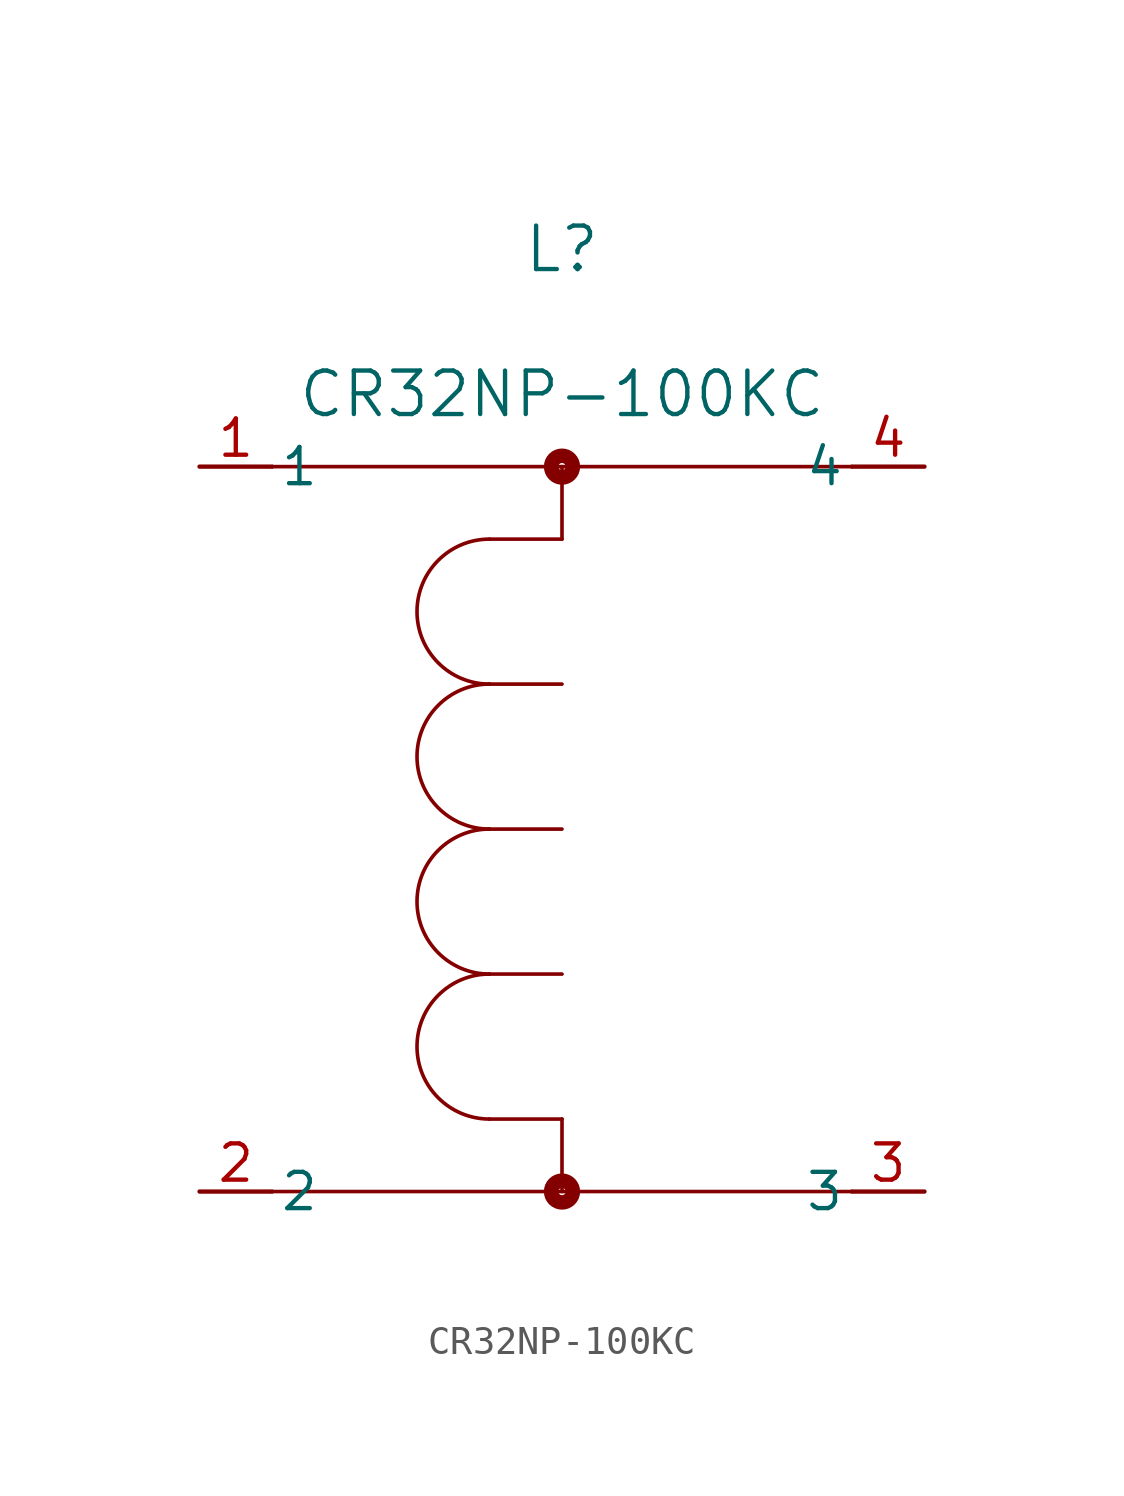
<source format=kicad_sym>
(kicad_symbol_lib
  (version 20211014)
  (generator kicad_symbol_editor)
  (symbol "CR32NP-100KC"
    (pin_names
      (offset 0.254))
    (property "Reference" "L"
      (at 12.7 7.62 0)
      (effects (font (size 1.524 1.524))))
    (property "Value" "CR32NP-100KC"
      (at 12.7 2.54 0)
      (effects (font (size 1.524 1.524))))
    (symbol "CR32NP-100KC_0_1"
      (polyline (pts (xy 22.86 -25.4) (xy 2.54 -25.4)) (stroke (width 0.127) (type default) (color 0 0 0 0)) (fill (type none)))
      (polyline (pts (xy 2.54 0) (xy 22.86 0)) (stroke (width 0.127) (type default) (color 0 0 0 0)) (fill (type none)))
      (arc (start 10.16 -2.54) (mid 7.62 -5.08) (end 10.16 -7.62) (stroke (width 0.127) (type default) (color 0 0 0 0)) (fill (type none)))
      (polyline (pts (xy 10.16 -2.54) (xy 12.7 -2.54)) (stroke (width 0.127) (type default) (color 0 0 0 0)) (fill (type none)))
      (circle (center 12.7 0) (radius 0.127) (stroke (width 0.508) (type default) (color 0 0 0 0)) (fill (type none)))
      (arc (start 10.16 -7.62) (mid 7.62 -10.16) (end 10.16 -12.7) (stroke (width 0.127) (type default) (color 0 0 0 0)) (fill (type none)))
      (polyline (pts (xy 10.16 -7.62) (xy 12.7 -7.62)) (stroke (width 0.127) (type default) (color 0 0 0 0)) (fill (type none)))
      (polyline (pts (xy 12.7 0) (xy 12.7 -2.54)) (stroke (width 0.127) (type default) (color 0 0 0 0)) (fill (type none)))
      (arc (start 10.16 -12.7) (mid 7.62 -15.24) (end 10.16 -17.78) (stroke (width 0.127) (type default) (color 0 0 0 0)) (fill (type none)))
      (polyline (pts (xy 10.16 -12.7) (xy 12.7 -12.7)) (stroke (width 0.127) (type default) (color 0 0 0 0)) (fill (type none)))
      (arc (start 10.16 -17.78) (mid 7.62 -20.32) (end 10.16 -22.86) (stroke (width 0.127) (type default) (color 0 0 0 0)) (fill (type none)))
      (polyline (pts (xy 10.16 -17.78) (xy 12.7 -17.78)) (stroke (width 0.127) (type default) (color 0 0 0 0)) (fill (type none)))
      (polyline (pts (xy 10.16 -22.86) (xy 12.7 -22.86)) (stroke (width 0.127) (type default) (color 0 0 0 0)) (fill (type none)))
      (circle (center 12.7 -25.4) (radius 0.127) (stroke (width 0.508) (type default) (color 0 0 0 0)) (fill (type none)))
      (polyline (pts (xy 12.7 -22.86) (xy 12.7 -25.4)) (stroke (width 0.127) (type default) (color 0 0 0 0)) (fill (type none)))
      (pin unspecified line (at 0 0 0) (length 2.54) (name "1" (effects (font (size 1.27 1.27)))) (number "1" (effects (font (size 1.27 1.27)))))
      (pin unspecified line (at 0 -25.4 0) (length 2.54) (name "2" (effects (font (size 1.27 1.27)))) (number "2" (effects (font (size 1.27 1.27)))))
      (pin unspecified line (at 25.4 -25.4 180) (length 2.54) (name "3" (effects (font (size 1.27 1.27)))) (number "3" (effects (font (size 1.27 1.27)))))
      (pin unspecified line (at 25.4 0 180) (length 2.54) (name "4" (effects (font (size 1.27 1.27)))) (number "4" (effects (font (size 1.27 1.27))))))))
</source>
